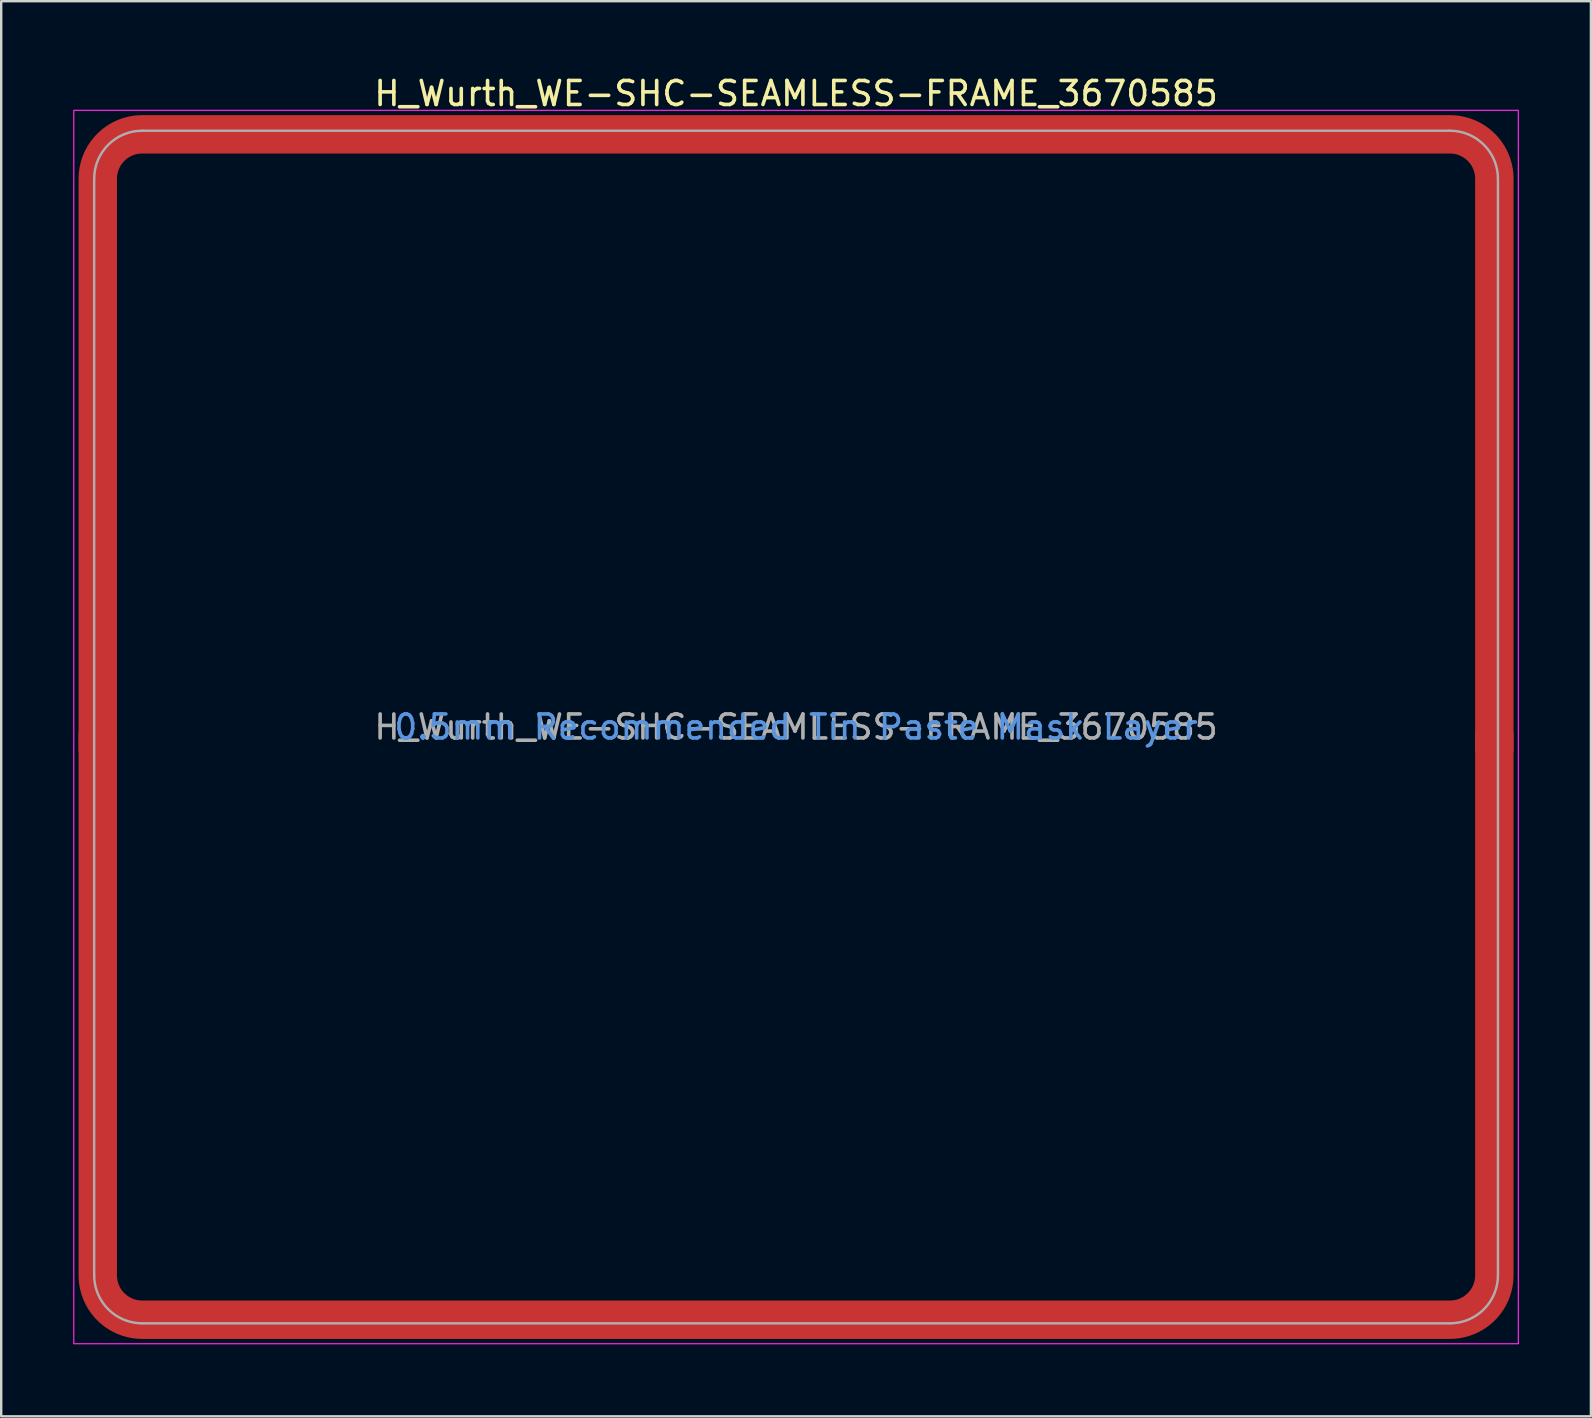
<source format=kicad_pcb>
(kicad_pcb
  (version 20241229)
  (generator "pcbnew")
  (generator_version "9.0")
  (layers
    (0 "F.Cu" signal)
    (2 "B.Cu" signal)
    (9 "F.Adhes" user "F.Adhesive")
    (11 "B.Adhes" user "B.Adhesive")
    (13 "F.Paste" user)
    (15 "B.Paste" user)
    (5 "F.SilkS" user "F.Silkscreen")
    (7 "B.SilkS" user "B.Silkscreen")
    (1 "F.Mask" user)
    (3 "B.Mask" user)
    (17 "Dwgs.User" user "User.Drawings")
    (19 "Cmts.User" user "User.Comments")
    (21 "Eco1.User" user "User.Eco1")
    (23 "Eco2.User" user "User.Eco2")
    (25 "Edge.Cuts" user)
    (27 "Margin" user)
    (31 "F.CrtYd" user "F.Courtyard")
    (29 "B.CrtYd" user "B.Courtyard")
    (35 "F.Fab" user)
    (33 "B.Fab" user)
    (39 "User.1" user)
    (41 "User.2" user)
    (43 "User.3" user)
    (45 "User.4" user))
  (footprint "H_Wurth_WE-SHC-SEAMLESS-FRAME_3670585"
    (layer "F.Cu")
    (at 30.125 27.248)
    (property "Reference" "H_Wurth_WE-SHC-SEAMLESS-FRAME_3670585" (at 0 -26.4 0) (unlocked yes) (layer "F.SilkS") (effects (font (size 1 1) (thickness 0.15))))
    (attr smd)
    (fp_poly (pts (xy 28.35 0.25) (xy 29.85 0.25) (xy 29.85 22.85) (xy 29.846 22.986) (xy 29.836 23.122) (xy 29.818 23.257) (xy 29.793 23.391) (xy 29.761 23.523) (xy 29.723 23.653) (xy 29.677 23.782) (xy 29.625 23.908) (xy 29.567 24.03) (xy 29.502 24.15) (xy 29.431 24.266) (xy 29.353 24.378) (xy 29.271 24.486) (xy 29.182 24.59) (xy 29.088 24.688) (xy 28.99 24.782) (xy 28.886 24.871) (xy 28.778 24.953) (xy 28.666 25.031) (xy 28.55 25.102) (xy 28.43 25.167) (xy 28.308 25.225) (xy 28.182 25.277) (xy 28.053 25.323) (xy 27.923 25.361) (xy 27.791 25.393) (xy 27.657 25.418) (xy 27.522 25.436) (xy 27.386 25.446) (xy 27.25 25.45) (xy -27.25 25.45) (xy -27.386 25.446) (xy -27.522 25.436) (xy -27.657 25.418) (xy -27.791 25.393) (xy -27.923 25.361) (xy -28.053 25.323) (xy -28.182 25.277) (xy -28.308 25.225) (xy -28.43 25.167) (xy -28.55 25.102) (xy -28.666 25.031) (xy -28.778 24.953) (xy -28.886 24.871) (xy -28.99 24.782) (xy -29.088 24.688) (xy -29.182 24.59) (xy -29.271 24.486) (xy -29.353 24.378) (xy -29.431 24.266) (xy -29.502 24.15) (xy -29.567 24.03) (xy -29.625 23.908) (xy -29.677 23.782) (xy -29.723 23.653) (xy -29.761 23.523) (xy -29.793 23.391) (xy -29.818 23.257) (xy -29.836 23.122) (xy -29.846 22.986) (xy -29.85 22.85) (xy -29.85 0.25) (xy -28.35 0.25) (xy -28.35 22.85) (xy -28.348 22.908) (xy -28.344 22.965) (xy -28.336 23.022) (xy -28.326 23.079) (xy -28.313 23.135) (xy -28.296 23.19) (xy -28.277 23.244) (xy -28.255 23.297) (xy -28.23 23.349) (xy -28.203 23.4) (xy -28.173 23.449) (xy -28.14 23.497) (xy -28.105 23.542) (xy -28.067 23.586) (xy -28.028 23.628) (xy -27.986 23.667) (xy -27.942 23.705) (xy -27.897 23.74) (xy -27.849 23.773) (xy -27.8 23.803) (xy -27.749 23.83) (xy -27.697 23.855) (xy -27.644 23.877) (xy -27.59 23.896) (xy -27.535 23.913) (xy -27.479 23.926) (xy -27.422 23.936) (xy -27.365 23.944) (xy -27.308 23.948) (xy -27.25 23.95) (xy 27.25 23.95) (xy 27.308 23.948) (xy 27.365 23.944) (xy 27.422 23.936) (xy 27.479 23.926) (xy 27.535 23.913) (xy 27.59 23.896) (xy 27.644 23.877) (xy 27.697 23.855) (xy 27.749 23.83) (xy 27.8 23.803) (xy 27.849 23.773) (xy 27.897 23.74) (xy 27.942 23.705) (xy 27.986 23.667) (xy 28.028 23.628) (xy 28.067 23.586) (xy 28.105 23.542) (xy 28.14 23.497) (xy 28.173 23.449) (xy 28.203 23.4) (xy 28.23 23.349) (xy 28.255 23.297) (xy 28.277 23.244) (xy 28.296 23.19) (xy 28.313 23.135) (xy 28.326 23.079) (xy 28.336 23.022) (xy 28.344 22.965) (xy 28.348 22.908) (xy 28.35 22.85) (xy 28.35 0.25)) (stroke (width 0.1) (type solid)) (fill yes) (layer "F.Cu"))
    (fp_poly (pts (xy 28.35 0.25) (xy 29.85 0.25) (xy 29.85 22.85) (xy 29.846 22.986) (xy 29.836 23.122) (xy 29.818 23.257) (xy 29.793 23.391) (xy 29.761 23.523) (xy 29.723 23.653) (xy 29.677 23.782) (xy 29.625 23.908) (xy 29.567 24.03) (xy 29.502 24.15) (xy 29.431 24.266) (xy 29.353 24.378) (xy 29.271 24.486) (xy 29.182 24.59) (xy 29.088 24.688) (xy 28.99 24.782) (xy 28.886 24.871) (xy 28.778 24.953) (xy 28.666 25.031) (xy 28.55 25.102) (xy 28.43 25.167) (xy 28.308 25.225) (xy 28.182 25.277) (xy 28.053 25.323) (xy 27.923 25.361) (xy 27.791 25.393) (xy 27.657 25.418) (xy 27.522 25.436) (xy 27.386 25.446) (xy 27.25 25.45) (xy -27.25 25.45) (xy -27.386 25.446) (xy -27.522 25.436) (xy -27.657 25.418) (xy -27.791 25.393) (xy -27.923 25.361) (xy -28.053 25.323) (xy -28.182 25.277) (xy -28.308 25.225) (xy -28.43 25.167) (xy -28.55 25.102) (xy -28.666 25.031) (xy -28.778 24.953) (xy -28.886 24.871) (xy -28.99 24.782) (xy -29.088 24.688) (xy -29.182 24.59) (xy -29.271 24.486) (xy -29.353 24.378) (xy -29.431 24.266) (xy -29.502 24.15) (xy -29.567 24.03) (xy -29.625 23.908) (xy -29.677 23.782) (xy -29.723 23.653) (xy -29.761 23.523) (xy -29.793 23.391) (xy -29.818 23.257) (xy -29.836 23.122) (xy -29.846 22.986) (xy -29.85 22.85) (xy -29.85 0.25) (xy -28.35 0.25) (xy -28.35 22.85) (xy -28.348 22.908) (xy -28.344 22.965) (xy -28.336 23.022) (xy -28.326 23.079) (xy -28.313 23.135) (xy -28.296 23.19) (xy -28.277 23.244) (xy -28.255 23.297) (xy -28.23 23.349) (xy -28.203 23.4) (xy -28.173 23.449) (xy -28.14 23.497) (xy -28.105 23.542) (xy -28.067 23.586) (xy -28.028 23.628) (xy -27.986 23.667) (xy -27.942 23.705) (xy -27.897 23.74) (xy -27.849 23.773) (xy -27.8 23.803) (xy -27.749 23.83) (xy -27.697 23.855) (xy -27.644 23.877) (xy -27.59 23.896) (xy -27.535 23.913) (xy -27.479 23.926) (xy -27.422 23.936) (xy -27.365 23.944) (xy -27.308 23.948) (xy -27.25 23.95) (xy 27.25 23.95) (xy 27.308 23.948) (xy 27.365 23.944) (xy 27.422 23.936) (xy 27.479 23.926) (xy 27.535 23.913) (xy 27.59 23.896) (xy 27.644 23.877) (xy 27.697 23.855) (xy 27.749 23.83) (xy 27.8 23.803) (xy 27.849 23.773) (xy 27.897 23.74) (xy 27.942 23.705) (xy 27.986 23.667) (xy 28.028 23.628) (xy 28.067 23.586) (xy 28.105 23.542) (xy 28.14 23.497) (xy 28.173 23.449) (xy 28.203 23.4) (xy 28.23 23.349) (xy 28.255 23.297) (xy 28.277 23.244) (xy 28.296 23.19) (xy 28.313 23.135) (xy 28.326 23.079) (xy 28.336 23.022) (xy 28.344 22.965) (xy 28.348 22.908) (xy 28.35 22.85) (xy 28.35 0.25)) (stroke (width 0.1) (type solid)) (fill yes) (layer "F.Mask"))
    (fp_poly (pts (xy 28.35 0.25) (xy 29.85 0.25) (xy 29.85 22.85) (xy 29.846 22.986) (xy 29.836 23.122) (xy 29.818 23.257) (xy 29.793 23.391) (xy 29.761 23.523) (xy 29.723 23.653) (xy 29.677 23.782) (xy 29.625 23.908) (xy 29.567 24.03) (xy 29.502 24.15) (xy 29.431 24.266) (xy 29.353 24.378) (xy 29.271 24.486) (xy 29.182 24.59) (xy 29.088 24.688) (xy 28.99 24.782) (xy 28.886 24.871) (xy 28.778 24.953) (xy 28.666 25.031) (xy 28.55 25.102) (xy 28.43 25.167) (xy 28.308 25.225) (xy 28.182 25.277) (xy 28.053 25.323) (xy 27.923 25.361) (xy 27.791 25.393) (xy 27.657 25.418) (xy 27.522 25.436) (xy 27.386 25.446) (xy 27.25 25.45) (xy -27.25 25.45) (xy -27.386 25.446) (xy -27.522 25.436) (xy -27.657 25.418) (xy -27.791 25.393) (xy -27.923 25.361) (xy -28.053 25.323) (xy -28.182 25.277) (xy -28.308 25.225) (xy -28.43 25.167) (xy -28.55 25.102) (xy -28.666 25.031) (xy -28.778 24.953) (xy -28.886 24.871) (xy -28.99 24.782) (xy -29.088 24.688) (xy -29.182 24.59) (xy -29.271 24.486) (xy -29.353 24.378) (xy -29.431 24.266) (xy -29.502 24.15) (xy -29.567 24.03) (xy -29.625 23.908) (xy -29.677 23.782) (xy -29.723 23.653) (xy -29.761 23.523) (xy -29.793 23.391) (xy -29.818 23.257) (xy -29.836 23.122) (xy -29.846 22.986) (xy -29.85 22.85) (xy -29.85 0.25) (xy -28.35 0.25) (xy -28.35 22.85) (xy -28.348 22.908) (xy -28.344 22.965) (xy -28.336 23.022) (xy -28.326 23.079) (xy -28.313 23.135) (xy -28.296 23.19) (xy -28.277 23.244) (xy -28.255 23.297) (xy -28.23 23.349) (xy -28.203 23.4) (xy -28.173 23.449) (xy -28.14 23.497) (xy -28.105 23.542) (xy -28.067 23.586) (xy -28.028 23.628) (xy -27.986 23.667) (xy -27.942 23.705) (xy -27.897 23.74) (xy -27.849 23.773) (xy -27.8 23.803) (xy -27.749 23.83) (xy -27.697 23.855) (xy -27.644 23.877) (xy -27.59 23.896) (xy -27.535 23.913) (xy -27.479 23.926) (xy -27.422 23.936) (xy -27.365 23.944) (xy -27.308 23.948) (xy -27.25 23.95) (xy 27.25 23.95) (xy 27.308 23.948) (xy 27.365 23.944) (xy 27.422 23.936) (xy 27.479 23.926) (xy 27.535 23.913) (xy 27.59 23.896) (xy 27.644 23.877) (xy 27.697 23.855) (xy 27.749 23.83) (xy 27.8 23.803) (xy 27.849 23.773) (xy 27.897 23.74) (xy 27.942 23.705) (xy 27.986 23.667) (xy 28.028 23.628) (xy 28.067 23.586) (xy 28.105 23.542) (xy 28.14 23.497) (xy 28.173 23.449) (xy 28.203 23.4) (xy 28.23 23.349) (xy 28.255 23.297) (xy 28.277 23.244) (xy 28.296 23.19) (xy 28.313 23.135) (xy 28.326 23.079) (xy 28.336 23.022) (xy 28.344 22.965) (xy 28.348 22.908) (xy 28.35 22.85) (xy 28.35 0.25)) (stroke (width 0.1) (type solid)) (fill yes) (layer "F.Paste"))
    (fp_rect (start -30.1 -25.7) (end 30.1 25.7) (stroke (width 0.05) (type solid)) (fill no) (layer "F.CrtYd"))
    (fp_line (start -29.25 22.85) (end -29.25 -22.85) (stroke (width 0.1) (type solid)) (layer "F.Fab"))
    (fp_line (start -27.25 -24.85) (end 27.25 -24.85) (stroke (width 0.1) (type solid)) (layer "F.Fab"))
    (fp_line (start -27.25 24.85) (end 27.25 24.85) (stroke (width 0.1) (type solid)) (layer "F.Fab"))
    (fp_line (start 29.25 22.85) (end 29.25 -22.85) (stroke (width 0.1) (type solid)) (layer "F.Fab"))
    (fp_arc (start -29.25 -22.85) (mid -28.664214 -24.264214) (end -27.25 -24.85) (stroke (width 0.1) (type default)) (layer "F.Fab"))
    (fp_arc (start -27.25 24.85) (mid -28.664214 24.264214) (end -29.25 22.85) (stroke (width 0.1) (type default)) (layer "F.Fab"))
    (fp_arc (start 27.25 -24.85) (mid 28.664214 -24.264214) (end 29.25 -22.85) (stroke (width 0.1) (type default)) (layer "F.Fab"))
    (fp_arc (start 29.25 22.85) (mid 28.664214 24.264214) (end 27.25 24.85) (stroke (width 0.1) (type default)) (layer "F.Fab"))
    (fp_text user "0.5mm Recommended Tin Paste Mask Layer" (at 0 0 0) (unlocked yes) (layer "Cmts.User") (effects (font (size 1 1) (thickness 0.15))))
    (fp_text user "${REFERENCE}" (at 0 0 0) (unlocked yes) (layer "F.Fab") (effects (font (size 1 1) (thickness 0.15))))
    (pad "1" smd custom (at -29.1 0) (size 1.5 45.7) (layers "F.Cu" "F.Mask" "F.Paste") (options (anchor rect)) (primitives (gr_poly (pts (xy 0.75 1) (xy -0.75 1) (xy -0.75 -22.85) (xy -0.746 -22.986) (xy -0.736 -23.122) (xy -0.718 -23.257) (xy -0.693 -23.391) (xy -0.661 -23.523) (xy -0.623 -23.653) (xy -0.577 -23.782) (xy -0.525 -23.908) (xy -0.467 -24.03) (xy -0.402 -24.15) (xy -0.331 -24.266) (xy -0.253 -24.378) (xy -0.171 -24.486) (xy -0.082 -24.59) (xy 0.012 -24.688) (xy 0.11 -24.782) (xy 0.214 -24.871) (xy 0.322 -24.953) (xy 0.434 -25.031) (xy 0.55 -25.102) (xy 0.67 -25.167) (xy 0.792 -25.225) (xy 0.918 -25.277) (xy 1.047 -25.323) (xy 1.177 -25.361) (xy 1.309 -25.393) (xy 1.443 -25.418) (xy 1.578 -25.436) (xy 1.714 -25.446) (xy 1.85 -25.45) (xy 56.35 -25.45) (xy 56.486 -25.446) (xy 56.622 -25.436) (xy 56.757 -25.418) (xy 56.891 -25.393) (xy 57.023 -25.361) (xy 57.153 -25.323) (xy 57.282 -25.277) (xy 57.408 -25.225) (xy 57.53 -25.167) (xy 57.65 -25.102) (xy 57.766 -25.031) (xy 57.878 -24.953) (xy 57.986 -24.871) (xy 58.09 -24.782) (xy 58.188 -24.688) (xy 58.282 -24.59) (xy 58.371 -24.486) (xy 58.453 -24.378) (xy 58.531 -24.266) (xy 58.602 -24.15) (xy 58.667 -24.03) (xy 58.725 -23.908) (xy 58.777 -23.782) (xy 58.823 -23.653) (xy 58.861 -23.523) (xy 58.893 -23.391) (xy 58.918 -23.257) (xy 58.936 -23.122) (xy 58.946 -22.986) (xy 58.95 -22.85) (xy 58.95 1) (xy 57.45 1) (xy 57.45 -22.85) (xy 57.448 -22.908) (xy 57.444 -22.965) (xy 57.436 -23.022) (xy 57.426 -23.079) (xy 57.413 -23.135) (xy 57.396 -23.19) (xy 57.377 -23.244) (xy 57.355 -23.297) (xy 57.33 -23.349) (xy 57.303 -23.4) (xy 57.273 -23.449) (xy 57.24 -23.497) (xy 57.205 -23.542) (xy 57.167 -23.586) (xy 57.128 -23.628) (xy 57.086 -23.667) (xy 57.042 -23.705) (xy 56.997 -23.74) (xy 56.949 -23.773) (xy 56.9 -23.803) (xy 56.849 -23.83) (xy 56.797 -23.855) (xy 56.744 -23.877) (xy 56.69 -23.896) (xy 56.635 -23.913) (xy 56.579 -23.926) (xy 56.522 -23.936) (xy 56.465 -23.944) (xy 56.408 -23.948) (xy 56.35 -23.95) (xy 1.85 -23.95) (xy 1.792 -23.948) (xy 1.735 -23.944) (xy 1.678 -23.936) (xy 1.621 -23.926) (xy 1.565 -23.913) (xy 1.51 -23.896) (xy 1.456 -23.877) (xy 1.403 -23.855) (xy 1.351 -23.83) (xy 1.3 -23.803) (xy 1.251 -23.773) (xy 1.203 -23.74) (xy 1.158 -23.705) (xy 1.114 -23.667) (xy 1.072 -23.628) (xy 1.033 -23.586) (xy 0.995 -23.542) (xy 0.96 -23.497) (xy 0.927 -23.449) (xy 0.897 -23.4) (xy 0.87 -23.349) (xy 0.845 -23.297) (xy 0.823 -23.244) (xy 0.804 -23.19) (xy 0.787 -23.135) (xy 0.774 -23.079) (xy 0.764 -23.022) (xy 0.756 -22.965) (xy 0.752 -22.908) (xy 0.75 -22.85) (xy 0.75 1)) (width 0.1) (fill yes)))))
  (gr_rect
    (start -3 -3)
    (end 63.25 55.973)
    (stroke (width 0.1) (type default))
    (fill no)
    (layer "Edge.Cuts")))
</source>
